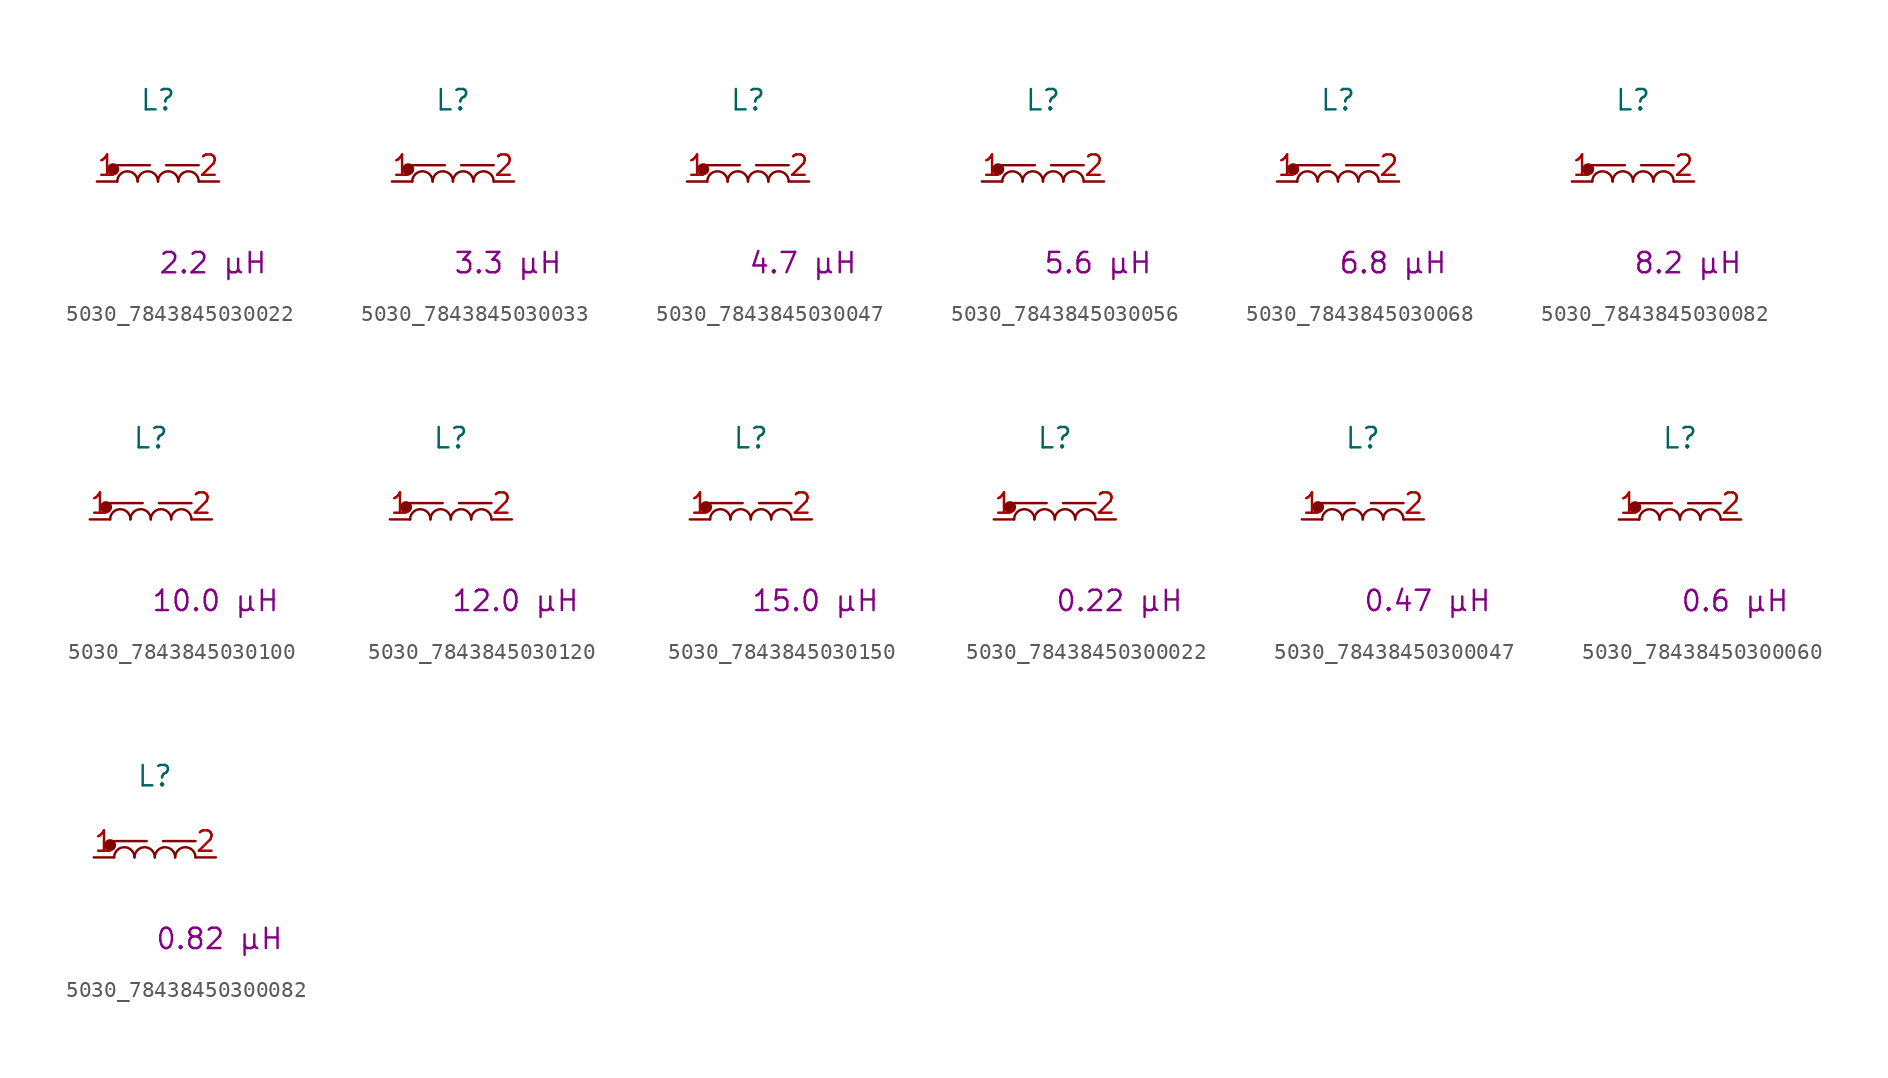
<source format=kicad_sym>
(kicad_symbol_lib
  (version 20220914)
  (generator kicad_symbol_editor)
  (symbol "5030_7843845030022"
    (pin_names hide)
    (property "Reference" "L"
      (at 0 5.08 0)
      (effects (font (size 1.27 1.27))))
    (property "Critical Parameter" "2.2 µH"
      (at 0 -5.08 0)
      (effects (font (size 1.27 1.27)) (justify left)))
    (symbol "5030_7843845030022_0_1"
      (arc (start -1.27 0) (mid -1.905 0.6323) (end -2.54 0) (stroke (width 0) (type default)) (fill (type none)))
      (arc (start 0 0) (mid -0.635 0.6323) (end -1.27 0) (stroke (width 0) (type default)) (fill (type none)))
      (polyline (pts (xy -2.54 1.016) (xy -0.508 1.016)) (stroke (width 0) (type default)) (fill (type none)))
      (arc (start 1.27 0) (mid 0.635 0.6323) (end 0 0) (stroke (width 0) (type default)) (fill (type none)))
      (arc (start 2.54 0) (mid 1.905 0.6323) (end 1.27 0) (stroke (width 0) (type default)) (fill (type none))))
    (symbol "5030_7843845030022_1_1"
      (circle (center -2.794 0.762) (radius 0.0001) (stroke (width 0.381) (type default)) (fill (type none)))
      (polyline (pts (xy 2.54 1.016) (xy 0.508 1.016)) (stroke (width 0) (type default)) (fill (type none)))
      (pin passive line (at -3.81 0 0) (length 1.27) (name "1" (effects (font (size 1.27 1.27)))) (number "1" (effects (font (size 1.27 1.27)))))
      (pin passive line (at 3.81 0 180) (length 1.27) (name "2" (effects (font (size 1.27 1.27)))) (number "2" (effects (font (size 1.27 1.27)))))))
  (symbol "5030_7843845030033"
    (pin_names hide)
    (property "Reference" "L"
      (at 0 5.08 0)
      (effects (font (size 1.27 1.27))))
    (property "Critical Parameter" "3.3 µH"
      (at 0 -5.08 0)
      (effects (font (size 1.27 1.27)) (justify left)))
    (symbol "5030_7843845030033_0_1"
      (arc (start -1.27 0) (mid -1.905 0.6323) (end -2.54 0) (stroke (width 0) (type default)) (fill (type none)))
      (arc (start 0 0) (mid -0.635 0.6323) (end -1.27 0) (stroke (width 0) (type default)) (fill (type none)))
      (polyline (pts (xy -2.54 1.016) (xy -0.508 1.016)) (stroke (width 0) (type default)) (fill (type none)))
      (arc (start 1.27 0) (mid 0.635 0.6323) (end 0 0) (stroke (width 0) (type default)) (fill (type none)))
      (arc (start 2.54 0) (mid 1.905 0.6323) (end 1.27 0) (stroke (width 0) (type default)) (fill (type none))))
    (symbol "5030_7843845030033_1_1"
      (circle (center -2.794 0.762) (radius 0.0001) (stroke (width 0.381) (type default)) (fill (type none)))
      (polyline (pts (xy 2.54 1.016) (xy 0.508 1.016)) (stroke (width 0) (type default)) (fill (type none)))
      (pin passive line (at -3.81 0 0) (length 1.27) (name "1" (effects (font (size 1.27 1.27)))) (number "1" (effects (font (size 1.27 1.27)))))
      (pin passive line (at 3.81 0 180) (length 1.27) (name "2" (effects (font (size 1.27 1.27)))) (number "2" (effects (font (size 1.27 1.27)))))))
  (symbol "5030_7843845030047"
    (pin_names hide)
    (property "Reference" "L"
      (at 0 5.08 0)
      (effects (font (size 1.27 1.27))))
    (property "Critical Parameter" "4.7 µH"
      (at 0 -5.08 0)
      (effects (font (size 1.27 1.27)) (justify left)))
    (symbol "5030_7843845030047_0_1"
      (arc (start -1.27 0) (mid -1.905 0.6323) (end -2.54 0) (stroke (width 0) (type default)) (fill (type none)))
      (arc (start 0 0) (mid -0.635 0.6323) (end -1.27 0) (stroke (width 0) (type default)) (fill (type none)))
      (polyline (pts (xy -2.54 1.016) (xy -0.508 1.016)) (stroke (width 0) (type default)) (fill (type none)))
      (arc (start 1.27 0) (mid 0.635 0.6323) (end 0 0) (stroke (width 0) (type default)) (fill (type none)))
      (arc (start 2.54 0) (mid 1.905 0.6323) (end 1.27 0) (stroke (width 0) (type default)) (fill (type none))))
    (symbol "5030_7843845030047_1_1"
      (circle (center -2.794 0.762) (radius 0.0001) (stroke (width 0.381) (type default)) (fill (type none)))
      (polyline (pts (xy 2.54 1.016) (xy 0.508 1.016)) (stroke (width 0) (type default)) (fill (type none)))
      (pin passive line (at -3.81 0 0) (length 1.27) (name "1" (effects (font (size 1.27 1.27)))) (number "1" (effects (font (size 1.27 1.27)))))
      (pin passive line (at 3.81 0 180) (length 1.27) (name "2" (effects (font (size 1.27 1.27)))) (number "2" (effects (font (size 1.27 1.27)))))))
  (symbol "5030_7843845030056"
    (pin_names hide)
    (property "Reference" "L"
      (at 0 5.08 0)
      (effects (font (size 1.27 1.27))))
    (property "Critical Parameter" "5.6 µH"
      (at 0 -5.08 0)
      (effects (font (size 1.27 1.27)) (justify left)))
    (symbol "5030_7843845030056_0_1"
      (arc (start -1.27 0) (mid -1.905 0.6323) (end -2.54 0) (stroke (width 0) (type default)) (fill (type none)))
      (arc (start 0 0) (mid -0.635 0.6323) (end -1.27 0) (stroke (width 0) (type default)) (fill (type none)))
      (polyline (pts (xy -2.54 1.016) (xy -0.508 1.016)) (stroke (width 0) (type default)) (fill (type none)))
      (arc (start 1.27 0) (mid 0.635 0.6323) (end 0 0) (stroke (width 0) (type default)) (fill (type none)))
      (arc (start 2.54 0) (mid 1.905 0.6323) (end 1.27 0) (stroke (width 0) (type default)) (fill (type none))))
    (symbol "5030_7843845030056_1_1"
      (circle (center -2.794 0.762) (radius 0.0001) (stroke (width 0.381) (type default)) (fill (type none)))
      (polyline (pts (xy 2.54 1.016) (xy 0.508 1.016)) (stroke (width 0) (type default)) (fill (type none)))
      (pin passive line (at -3.81 0 0) (length 1.27) (name "1" (effects (font (size 1.27 1.27)))) (number "1" (effects (font (size 1.27 1.27)))))
      (pin passive line (at 3.81 0 180) (length 1.27) (name "2" (effects (font (size 1.27 1.27)))) (number "2" (effects (font (size 1.27 1.27)))))))
  (symbol "5030_7843845030068"
    (pin_names hide)
    (property "Reference" "L"
      (at 0 5.08 0)
      (effects (font (size 1.27 1.27))))
    (property "Critical Parameter" "6.8 µH"
      (at 0 -5.08 0)
      (effects (font (size 1.27 1.27)) (justify left)))
    (symbol "5030_7843845030068_0_1"
      (arc (start -1.27 0) (mid -1.905 0.6323) (end -2.54 0) (stroke (width 0) (type default)) (fill (type none)))
      (arc (start 0 0) (mid -0.635 0.6323) (end -1.27 0) (stroke (width 0) (type default)) (fill (type none)))
      (polyline (pts (xy -2.54 1.016) (xy -0.508 1.016)) (stroke (width 0) (type default)) (fill (type none)))
      (arc (start 1.27 0) (mid 0.635 0.6323) (end 0 0) (stroke (width 0) (type default)) (fill (type none)))
      (arc (start 2.54 0) (mid 1.905 0.6323) (end 1.27 0) (stroke (width 0) (type default)) (fill (type none))))
    (symbol "5030_7843845030068_1_1"
      (circle (center -2.794 0.762) (radius 0.0001) (stroke (width 0.381) (type default)) (fill (type none)))
      (polyline (pts (xy 2.54 1.016) (xy 0.508 1.016)) (stroke (width 0) (type default)) (fill (type none)))
      (pin passive line (at -3.81 0 0) (length 1.27) (name "1" (effects (font (size 1.27 1.27)))) (number "1" (effects (font (size 1.27 1.27)))))
      (pin passive line (at 3.81 0 180) (length 1.27) (name "2" (effects (font (size 1.27 1.27)))) (number "2" (effects (font (size 1.27 1.27)))))))
  (symbol "5030_7843845030082"
    (pin_names hide)
    (property "Reference" "L"
      (at 0 5.08 0)
      (effects (font (size 1.27 1.27))))
    (property "Critical Parameter" "8.2 µH"
      (at 0 -5.08 0)
      (effects (font (size 1.27 1.27)) (justify left)))
    (symbol "5030_7843845030082_0_1"
      (arc (start -1.27 0) (mid -1.905 0.6323) (end -2.54 0) (stroke (width 0) (type default)) (fill (type none)))
      (arc (start 0 0) (mid -0.635 0.6323) (end -1.27 0) (stroke (width 0) (type default)) (fill (type none)))
      (polyline (pts (xy -2.54 1.016) (xy -0.508 1.016)) (stroke (width 0) (type default)) (fill (type none)))
      (arc (start 1.27 0) (mid 0.635 0.6323) (end 0 0) (stroke (width 0) (type default)) (fill (type none)))
      (arc (start 2.54 0) (mid 1.905 0.6323) (end 1.27 0) (stroke (width 0) (type default)) (fill (type none))))
    (symbol "5030_7843845030082_1_1"
      (circle (center -2.794 0.762) (radius 0.0001) (stroke (width 0.381) (type default)) (fill (type none)))
      (polyline (pts (xy 2.54 1.016) (xy 0.508 1.016)) (stroke (width 0) (type default)) (fill (type none)))
      (pin passive line (at -3.81 0 0) (length 1.27) (name "1" (effects (font (size 1.27 1.27)))) (number "1" (effects (font (size 1.27 1.27)))))
      (pin passive line (at 3.81 0 180) (length 1.27) (name "2" (effects (font (size 1.27 1.27)))) (number "2" (effects (font (size 1.27 1.27)))))))
  (symbol "5030_7843845030100"
    (pin_names hide)
    (property "Reference" "L"
      (at 0 5.08 0)
      (effects (font (size 1.27 1.27))))
    (property "Critical Parameter" "10.0 µH"
      (at 0 -5.08 0)
      (effects (font (size 1.27 1.27)) (justify left)))
    (symbol "5030_7843845030100_0_1"
      (arc (start -1.27 0) (mid -1.905 0.6323) (end -2.54 0) (stroke (width 0) (type default)) (fill (type none)))
      (arc (start 0 0) (mid -0.635 0.6323) (end -1.27 0) (stroke (width 0) (type default)) (fill (type none)))
      (polyline (pts (xy -2.54 1.016) (xy -0.508 1.016)) (stroke (width 0) (type default)) (fill (type none)))
      (arc (start 1.27 0) (mid 0.635 0.6323) (end 0 0) (stroke (width 0) (type default)) (fill (type none)))
      (arc (start 2.54 0) (mid 1.905 0.6323) (end 1.27 0) (stroke (width 0) (type default)) (fill (type none))))
    (symbol "5030_7843845030100_1_1"
      (circle (center -2.794 0.762) (radius 0.0001) (stroke (width 0.381) (type default)) (fill (type none)))
      (polyline (pts (xy 2.54 1.016) (xy 0.508 1.016)) (stroke (width 0) (type default)) (fill (type none)))
      (pin passive line (at -3.81 0 0) (length 1.27) (name "1" (effects (font (size 1.27 1.27)))) (number "1" (effects (font (size 1.27 1.27)))))
      (pin passive line (at 3.81 0 180) (length 1.27) (name "2" (effects (font (size 1.27 1.27)))) (number "2" (effects (font (size 1.27 1.27)))))))
  (symbol "5030_7843845030120"
    (pin_names hide)
    (property "Reference" "L"
      (at 0 5.08 0)
      (effects (font (size 1.27 1.27))))
    (property "Critical Parameter" "12.0 µH"
      (at 0 -5.08 0)
      (effects (font (size 1.27 1.27)) (justify left)))
    (symbol "5030_7843845030120_0_1"
      (arc (start -1.27 0) (mid -1.905 0.6323) (end -2.54 0) (stroke (width 0) (type default)) (fill (type none)))
      (arc (start 0 0) (mid -0.635 0.6323) (end -1.27 0) (stroke (width 0) (type default)) (fill (type none)))
      (polyline (pts (xy -2.54 1.016) (xy -0.508 1.016)) (stroke (width 0) (type default)) (fill (type none)))
      (arc (start 1.27 0) (mid 0.635 0.6323) (end 0 0) (stroke (width 0) (type default)) (fill (type none)))
      (arc (start 2.54 0) (mid 1.905 0.6323) (end 1.27 0) (stroke (width 0) (type default)) (fill (type none))))
    (symbol "5030_7843845030120_1_1"
      (circle (center -2.794 0.762) (radius 0.0001) (stroke (width 0.381) (type default)) (fill (type none)))
      (polyline (pts (xy 2.54 1.016) (xy 0.508 1.016)) (stroke (width 0) (type default)) (fill (type none)))
      (pin passive line (at -3.81 0 0) (length 1.27) (name "1" (effects (font (size 1.27 1.27)))) (number "1" (effects (font (size 1.27 1.27)))))
      (pin passive line (at 3.81 0 180) (length 1.27) (name "2" (effects (font (size 1.27 1.27)))) (number "2" (effects (font (size 1.27 1.27)))))))
  (symbol "5030_7843845030150"
    (pin_names hide)
    (property "Reference" "L"
      (at 0 5.08 0)
      (effects (font (size 1.27 1.27))))
    (property "Critical Parameter" "15.0 µH"
      (at 0 -5.08 0)
      (effects (font (size 1.27 1.27)) (justify left)))
    (symbol "5030_7843845030150_0_1"
      (arc (start -1.27 0) (mid -1.905 0.6323) (end -2.54 0) (stroke (width 0) (type default)) (fill (type none)))
      (arc (start 0 0) (mid -0.635 0.6323) (end -1.27 0) (stroke (width 0) (type default)) (fill (type none)))
      (polyline (pts (xy -2.54 1.016) (xy -0.508 1.016)) (stroke (width 0) (type default)) (fill (type none)))
      (arc (start 1.27 0) (mid 0.635 0.6323) (end 0 0) (stroke (width 0) (type default)) (fill (type none)))
      (arc (start 2.54 0) (mid 1.905 0.6323) (end 1.27 0) (stroke (width 0) (type default)) (fill (type none))))
    (symbol "5030_7843845030150_1_1"
      (circle (center -2.794 0.762) (radius 0.0001) (stroke (width 0.381) (type default)) (fill (type none)))
      (polyline (pts (xy 2.54 1.016) (xy 0.508 1.016)) (stroke (width 0) (type default)) (fill (type none)))
      (pin passive line (at -3.81 0 0) (length 1.27) (name "1" (effects (font (size 1.27 1.27)))) (number "1" (effects (font (size 1.27 1.27)))))
      (pin passive line (at 3.81 0 180) (length 1.27) (name "2" (effects (font (size 1.27 1.27)))) (number "2" (effects (font (size 1.27 1.27)))))))
  (symbol "5030_78438450300022"
    (pin_names hide)
    (property "Reference" "L"
      (at 0 5.08 0)
      (effects (font (size 1.27 1.27))))
    (property "Critical Parameter" "0.22 µH"
      (at 0 -5.08 0)
      (effects (font (size 1.27 1.27)) (justify left)))
    (symbol "5030_78438450300022_0_1"
      (arc (start -1.27 0) (mid -1.905 0.6323) (end -2.54 0) (stroke (width 0) (type default)) (fill (type none)))
      (arc (start 0 0) (mid -0.635 0.6323) (end -1.27 0) (stroke (width 0) (type default)) (fill (type none)))
      (polyline (pts (xy -2.54 1.016) (xy -0.508 1.016)) (stroke (width 0) (type default)) (fill (type none)))
      (arc (start 1.27 0) (mid 0.635 0.6323) (end 0 0) (stroke (width 0) (type default)) (fill (type none)))
      (arc (start 2.54 0) (mid 1.905 0.6323) (end 1.27 0) (stroke (width 0) (type default)) (fill (type none))))
    (symbol "5030_78438450300022_1_1"
      (circle (center -2.794 0.762) (radius 0.0001) (stroke (width 0.381) (type default)) (fill (type none)))
      (polyline (pts (xy 2.54 1.016) (xy 0.508 1.016)) (stroke (width 0) (type default)) (fill (type none)))
      (pin passive line (at -3.81 0 0) (length 1.27) (name "1" (effects (font (size 1.27 1.27)))) (number "1" (effects (font (size 1.27 1.27)))))
      (pin passive line (at 3.81 0 180) (length 1.27) (name "2" (effects (font (size 1.27 1.27)))) (number "2" (effects (font (size 1.27 1.27)))))))
  (symbol "5030_78438450300047"
    (pin_names hide)
    (property "Reference" "L"
      (at 0 5.08 0)
      (effects (font (size 1.27 1.27))))
    (property "Critical Parameter" "0.47 µH"
      (at 0 -5.08 0)
      (effects (font (size 1.27 1.27)) (justify left)))
    (symbol "5030_78438450300047_0_1"
      (arc (start -1.27 0) (mid -1.905 0.6323) (end -2.54 0) (stroke (width 0) (type default)) (fill (type none)))
      (arc (start 0 0) (mid -0.635 0.6323) (end -1.27 0) (stroke (width 0) (type default)) (fill (type none)))
      (polyline (pts (xy -2.54 1.016) (xy -0.508 1.016)) (stroke (width 0) (type default)) (fill (type none)))
      (arc (start 1.27 0) (mid 0.635 0.6323) (end 0 0) (stroke (width 0) (type default)) (fill (type none)))
      (arc (start 2.54 0) (mid 1.905 0.6323) (end 1.27 0) (stroke (width 0) (type default)) (fill (type none))))
    (symbol "5030_78438450300047_1_1"
      (circle (center -2.794 0.762) (radius 0.0001) (stroke (width 0.381) (type default)) (fill (type none)))
      (polyline (pts (xy 2.54 1.016) (xy 0.508 1.016)) (stroke (width 0) (type default)) (fill (type none)))
      (pin passive line (at -3.81 0 0) (length 1.27) (name "1" (effects (font (size 1.27 1.27)))) (number "1" (effects (font (size 1.27 1.27)))))
      (pin passive line (at 3.81 0 180) (length 1.27) (name "2" (effects (font (size 1.27 1.27)))) (number "2" (effects (font (size 1.27 1.27)))))))
  (symbol "5030_78438450300060"
    (pin_names hide)
    (property "Reference" "L"
      (at 0 5.08 0)
      (effects (font (size 1.27 1.27))))
    (property "Critical Parameter" "0.6 µH"
      (at 0 -5.08 0)
      (effects (font (size 1.27 1.27)) (justify left)))
    (symbol "5030_78438450300060_0_1"
      (arc (start -1.27 0) (mid -1.905 0.6323) (end -2.54 0) (stroke (width 0) (type default)) (fill (type none)))
      (arc (start 0 0) (mid -0.635 0.6323) (end -1.27 0) (stroke (width 0) (type default)) (fill (type none)))
      (polyline (pts (xy -2.54 1.016) (xy -0.508 1.016)) (stroke (width 0) (type default)) (fill (type none)))
      (arc (start 1.27 0) (mid 0.635 0.6323) (end 0 0) (stroke (width 0) (type default)) (fill (type none)))
      (arc (start 2.54 0) (mid 1.905 0.6323) (end 1.27 0) (stroke (width 0) (type default)) (fill (type none))))
    (symbol "5030_78438450300060_1_1"
      (circle (center -2.794 0.762) (radius 0.0001) (stroke (width 0.381) (type default)) (fill (type none)))
      (polyline (pts (xy 2.54 1.016) (xy 0.508 1.016)) (stroke (width 0) (type default)) (fill (type none)))
      (pin passive line (at -3.81 0 0) (length 1.27) (name "1" (effects (font (size 1.27 1.27)))) (number "1" (effects (font (size 1.27 1.27)))))
      (pin passive line (at 3.81 0 180) (length 1.27) (name "2" (effects (font (size 1.27 1.27)))) (number "2" (effects (font (size 1.27 1.27)))))))
  (symbol "5030_78438450300082"
    (pin_names hide)
    (property "Reference" "L"
      (at 0 5.08 0)
      (effects (font (size 1.27 1.27))))
    (property "Critical Parameter" "0.82 µH"
      (at 0 -5.08 0)
      (effects (font (size 1.27 1.27)) (justify left)))
    (symbol "5030_78438450300082_0_1"
      (arc (start -1.27 0) (mid -1.905 0.6323) (end -2.54 0) (stroke (width 0) (type default)) (fill (type none)))
      (arc (start 0 0) (mid -0.635 0.6323) (end -1.27 0) (stroke (width 0) (type default)) (fill (type none)))
      (polyline (pts (xy -2.54 1.016) (xy -0.508 1.016)) (stroke (width 0) (type default)) (fill (type none)))
      (arc (start 1.27 0) (mid 0.635 0.6323) (end 0 0) (stroke (width 0) (type default)) (fill (type none)))
      (arc (start 2.54 0) (mid 1.905 0.6323) (end 1.27 0) (stroke (width 0) (type default)) (fill (type none))))
    (symbol "5030_78438450300082_1_1"
      (circle (center -2.794 0.762) (radius 0.0001) (stroke (width 0.381) (type default)) (fill (type none)))
      (polyline (pts (xy 2.54 1.016) (xy 0.508 1.016)) (stroke (width 0) (type default)) (fill (type none)))
      (pin passive line (at -3.81 0 0) (length 1.27) (name "1" (effects (font (size 1.27 1.27)))) (number "1" (effects (font (size 1.27 1.27)))))
      (pin passive line (at 3.81 0 180) (length 1.27) (name "2" (effects (font (size 1.27 1.27)))) (number "2" (effects (font (size 1.27 1.27))))))))
</source>
